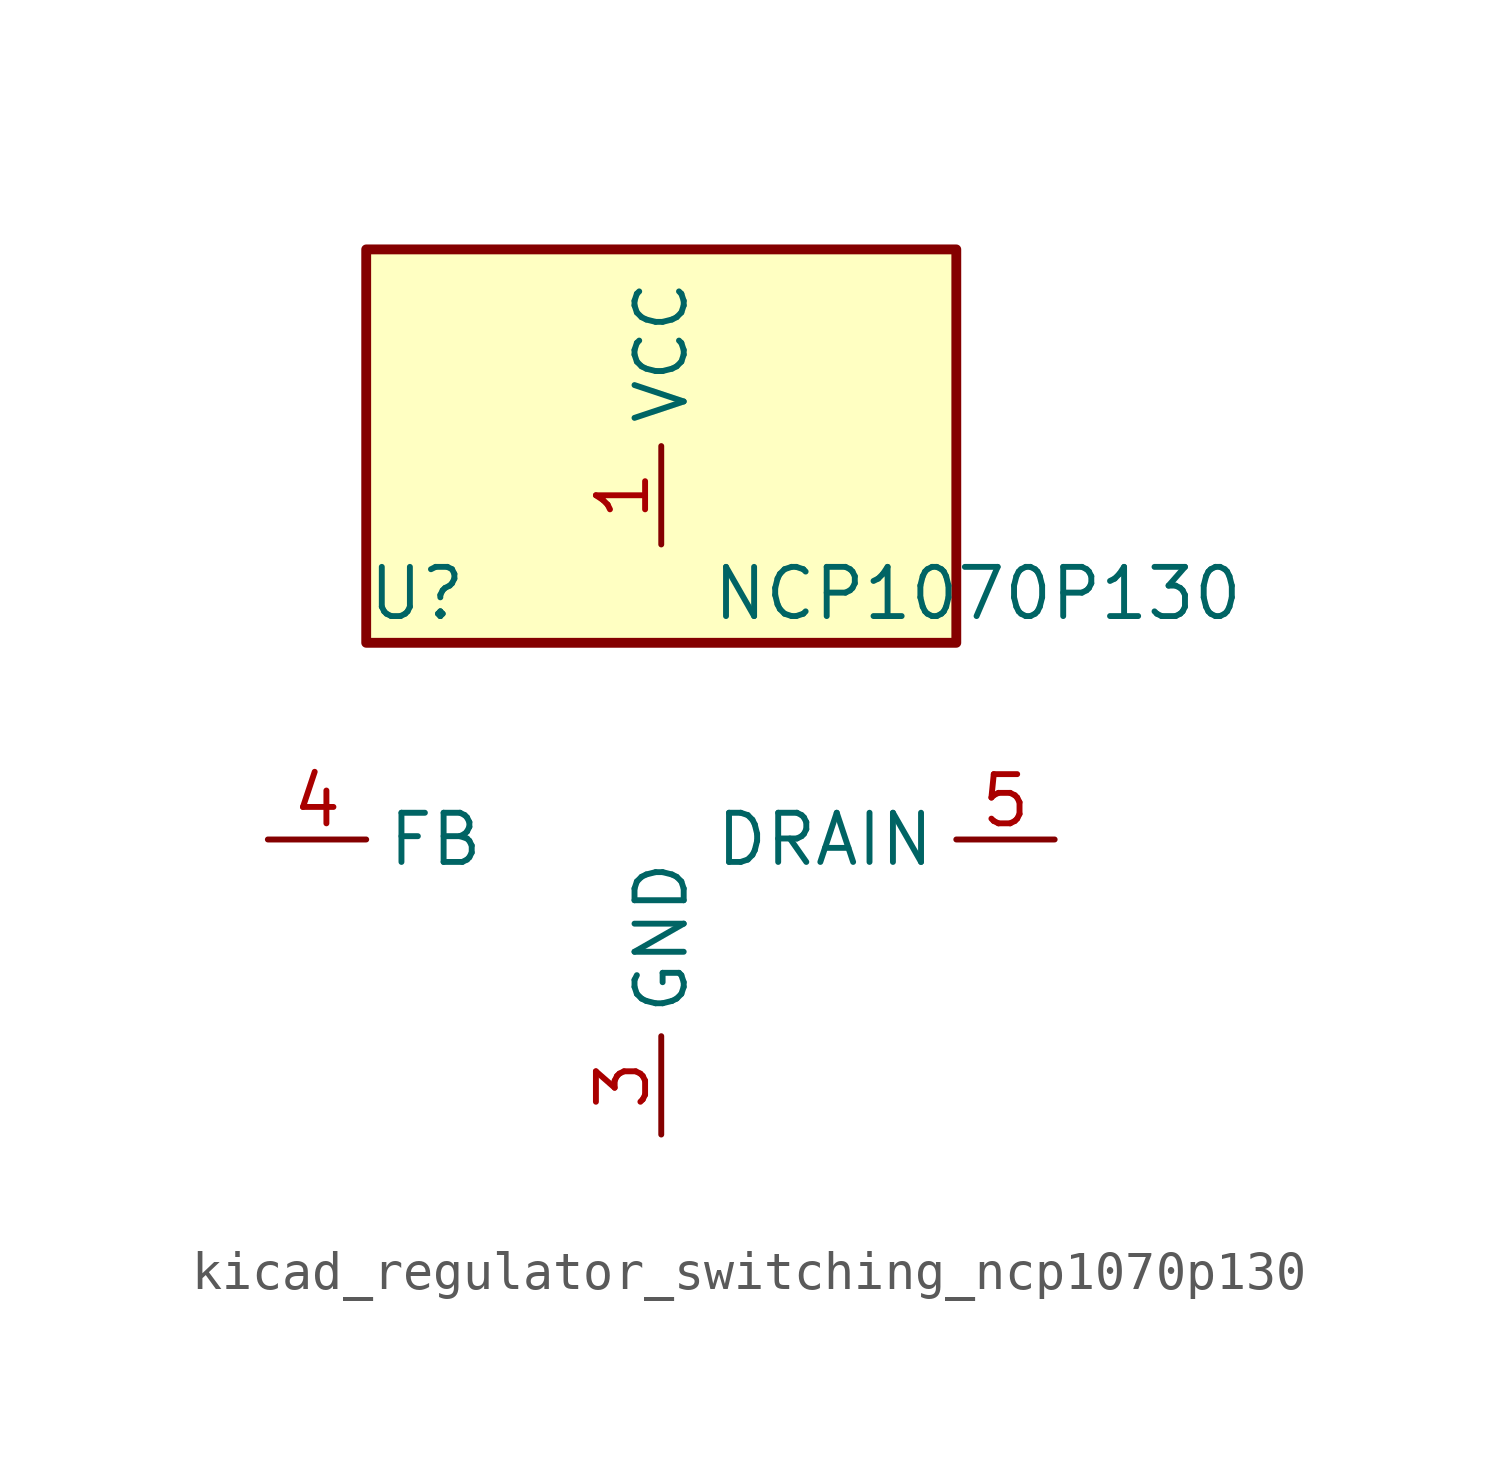
<source format=kicad_sym>
(kicad_symbol_lib
  (version 20220914)
  (generator kicad_symbol_editor)
  (symbol "kicad_regulator_switching_ncp1070p130"
    (property "Reference" "U"
      (at -7.62 6.35 0)
      (effects (font (size 1.27 1.27)) (justify left)))
    (property "Value" "NCP1070P130"
      (at 1.27 6.35 0)
      (effects (font (size 1.27 1.27)) (justify left)))
    (symbol "kicad_regulator_switching_ncp1070p130_0_1"
      (rectangle (start 7.62 15.24) (end -7.62 5.08) (stroke (width 0.254) (type default)) (fill (type background))))
    (symbol "kicad_regulator_switching_ncp1070p130_1_1"
      (pin power_in line (at 0 7.62 90) (length 2.54) (name "VCC" (effects (font (size 1.27 1.27)))) (number "1" (effects (font (size 1.27 1.27)))))
      (pin no_connect line (at -7.62 2.54 0) (length 2.54) hide (name "NC" (effects (font (size 1.27 1.27)))) (number "2" (effects (font (size 1.27 1.27)))))
      (pin power_in line (at 0 -7.62 90) (length 2.54) (name "GND" (effects (font (size 1.27 1.27)))) (number "3" (effects (font (size 1.27 1.27)))))
      (pin input line (at -10.16 0 0) (length 2.54) (name "FB" (effects (font (size 1.27 1.27)))) (number "4" (effects (font (size 1.27 1.27)))))
      (pin open_collector line (at 10.16 0 180) (length 2.54) (name "DRAIN" (effects (font (size 1.27 1.27)))) (number "5" (effects (font (size 1.27 1.27)))))
      (pin passive line (at 0 -7.62 90) (length 2.54) hide (name "GND" (effects (font (size 1.27 1.27)))) (number "7" (effects (font (size 1.27 1.27)))))
      (pin passive line (at 0 -7.62 90) (length 2.54) hide (name "GND" (effects (font (size 1.27 1.27)))) (number "8" (effects (font (size 1.27 1.27))))))))
</source>
